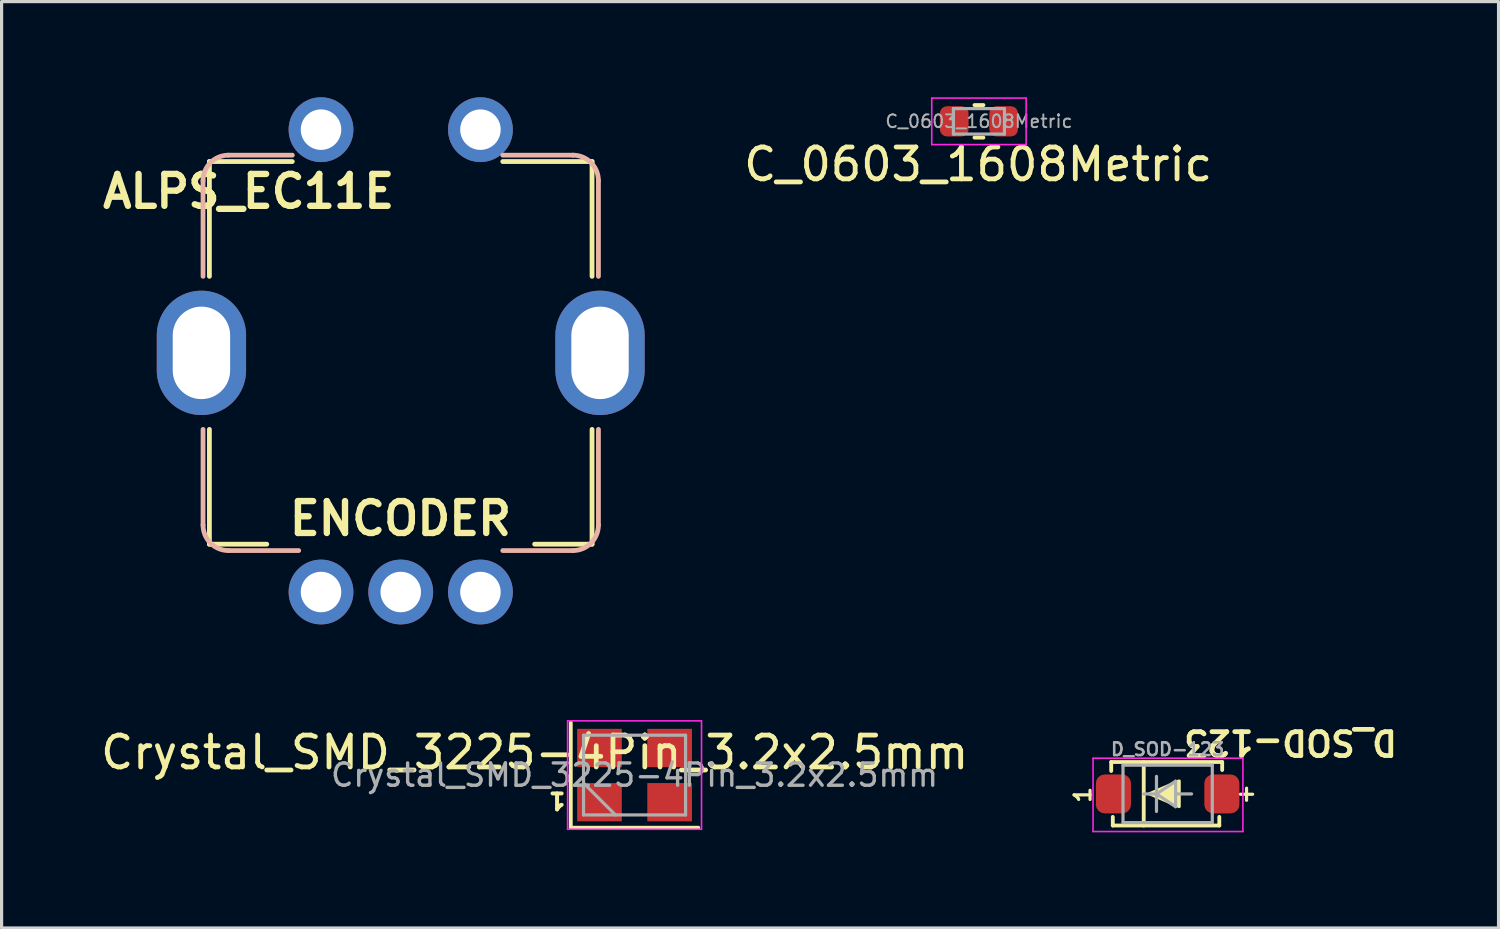
<source format=kicad_pcb>
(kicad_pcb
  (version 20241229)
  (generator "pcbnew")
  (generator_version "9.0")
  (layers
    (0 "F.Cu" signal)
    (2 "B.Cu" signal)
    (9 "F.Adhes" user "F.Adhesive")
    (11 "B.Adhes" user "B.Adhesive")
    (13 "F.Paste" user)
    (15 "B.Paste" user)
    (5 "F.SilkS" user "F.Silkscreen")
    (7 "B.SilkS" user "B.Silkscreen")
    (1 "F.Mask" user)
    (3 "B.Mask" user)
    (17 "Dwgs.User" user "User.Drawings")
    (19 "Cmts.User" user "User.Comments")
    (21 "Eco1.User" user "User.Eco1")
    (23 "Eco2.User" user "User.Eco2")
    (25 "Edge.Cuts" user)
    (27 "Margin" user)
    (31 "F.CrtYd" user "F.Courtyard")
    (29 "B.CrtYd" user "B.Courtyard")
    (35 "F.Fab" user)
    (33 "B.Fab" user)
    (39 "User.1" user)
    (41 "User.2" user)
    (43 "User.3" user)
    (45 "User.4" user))
  (footprint "D_SOD-123"
    (layer "F.Cu")
    (at 33.568 21.848)
    (property "Reference" "D_SOD-123" (at 0.434 -1.614 180) (unlocked yes) (layer "F.SilkS") (effects (font (size 0.75 0.75) (thickness 0.15)) (justify right)))
    (attr smd)
    (fp_line (start -1.77 -1) (end 1.71 -1) (stroke (width 0.12) (type solid)) (layer "F.SilkS"))
    (fp_line (start -1.77 -0.72) (end -1.77 -1) (stroke (width 0.12) (type solid)) (layer "F.SilkS"))
    (fp_line (start -1.72 0.72) (end -1.72 0.99) (stroke (width 0.12) (type solid)) (layer "F.SilkS"))
    (fp_line (start -1.72 0.99) (end 1.62 0.99) (stroke (width 0.12) (type solid)) (layer "F.SilkS"))
    (fp_line (start -0.75 -0.99) (end -0.75 0.99) (stroke (width 0.12) (type solid)) (layer "F.SilkS"))
    (fp_line (start 1.62 0.99) (end 1.62 0.72) (stroke (width 0.12) (type solid)) (layer "F.SilkS"))
    (fp_line (start 1.71 -1) (end 1.71 -0.75) (stroke (width 0.12) (type solid)) (layer "F.SilkS"))
    (fp_poly (pts (xy -0.569 -0.005) (xy 0.361 -0.405) (xy 0.361 0.395)) (stroke (width 0.1) (type solid)) (fill yes) (layer "F.SilkS"))
    (fp_line (start -2.34 -1.12) (end -2.34 1.18) (stroke (width 0.05) (type solid)) (layer "F.CrtYd"))
    (fp_line (start -2.34 -1.12) (end 2.36 -1.12) (stroke (width 0.05) (type solid)) (layer "F.CrtYd"))
    (fp_line (start 2.36 -1.12) (end 2.36 1.18) (stroke (width 0.05) (type solid)) (layer "F.CrtYd"))
    (fp_line (start 2.36 1.18) (end -2.34 1.18) (stroke (width 0.05) (type solid)) (layer "F.CrtYd"))
    (fp_line (start -1.4 -0.9) (end 1.4 -0.9) (stroke (width 0.1) (type solid)) (layer "F.Fab"))
    (fp_line (start -1.4 0.9) (end -1.4 -0.9) (stroke (width 0.1) (type solid)) (layer "F.Fab"))
    (fp_line (start -0.75 0) (end -0.35 0) (stroke (width 0.1) (type solid)) (layer "F.Fab"))
    (fp_line (start -0.35 0) (end -0.35 -0.55) (stroke (width 0.1) (type solid)) (layer "F.Fab"))
    (fp_line (start -0.35 0) (end -0.35 0.55) (stroke (width 0.1) (type solid)) (layer "F.Fab"))
    (fp_line (start -0.35 0) (end 0.25 -0.4) (stroke (width 0.1) (type solid)) (layer "F.Fab"))
    (fp_line (start 0.25 -0.4) (end 0.25 0.4) (stroke (width 0.1) (type solid)) (layer "F.Fab"))
    (fp_line (start 0.25 0) (end 0.75 0) (stroke (width 0.1) (type solid)) (layer "F.Fab"))
    (fp_line (start 0.25 0.4) (end -0.35 0) (stroke (width 0.1) (type solid)) (layer "F.Fab"))
    (fp_line (start 1.4 -0.9) (end 1.4 0.9) (stroke (width 0.1) (type solid)) (layer "F.Fab"))
    (fp_line (start 1.4 0.9) (end -1.4 0.9) (stroke (width 0.1) (type solid)) (layer "F.Fab"))
    (fp_text user "1" (at -2.66 0.03 90) (unlocked yes) (layer "F.SilkS") (effects (font (size 0.5 0.5) (thickness 0.1))))
    (fp_text user "+" (at 2.51 0.01 270) (unlocked yes) (layer "F.SilkS") (effects (font (size 0.5 0.5) (thickness 0.1))))
    (fp_text user "${REFERENCE}" (at 0 -1.4 0) (layer "F.Fab") (effects (font (size 0.4 0.4) (thickness 0.08))))
    (pad "1" smd roundrect (at -1.7 0) (size 1.1 1.22) (layers "F.Cu" "F.Mask" "F.Paste") (roundrect_rratio 0.25))
    (pad "2" smd roundrect (at 1.7 0) (size 1.1 1.22) (layers "F.Cu" "F.Mask" "F.Paste") (roundrect_rratio 0.25)))
  (footprint "C_0603_1608Metric"
    (layer "F.Cu")
    (at 27.65 0.755)
    (property "Reference" "C_0603_1608Metric" (at -0.025 1.35 0) (layer "F.SilkS") (effects (font (size 1 1) (thickness 0.15))))
    (attr smd)
    (fp_line (start -0.141 -0.51) (end 0.141 -0.51) (stroke (width 0.12) (type solid)) (layer "F.SilkS"))
    (fp_line (start -0.141 0.51) (end 0.141 0.51) (stroke (width 0.12) (type solid)) (layer "F.SilkS"))
    (fp_line (start -1.48 -0.73) (end 1.48 -0.73) (stroke (width 0.05) (type solid)) (layer "F.CrtYd"))
    (fp_line (start -1.48 0.73) (end -1.48 -0.73) (stroke (width 0.05) (type solid)) (layer "F.CrtYd"))
    (fp_line (start 1.48 -0.73) (end 1.48 0.73) (stroke (width 0.05) (type solid)) (layer "F.CrtYd"))
    (fp_line (start 1.48 0.73) (end -1.48 0.73) (stroke (width 0.05) (type solid)) (layer "F.CrtYd"))
    (fp_line (start -0.8 -0.4) (end 0.8 -0.4) (stroke (width 0.1) (type solid)) (layer "F.Fab"))
    (fp_line (start -0.8 0.4) (end -0.8 -0.4) (stroke (width 0.1) (type solid)) (layer "F.Fab"))
    (fp_line (start 0.8 -0.4) (end 0.8 0.4) (stroke (width 0.1) (type solid)) (layer "F.Fab"))
    (fp_line (start 0.8 0.4) (end -0.8 0.4) (stroke (width 0.1) (type solid)) (layer "F.Fab"))
    (fp_text user "${REFERENCE}" (at 0 0 0) (layer "F.Fab") (effects (font (size 0.4 0.4) (thickness 0.06))))
    (pad "1" smd roundrect (at -0.775 0) (size 0.9 0.95) (layers "F.Cu" "F.Mask" "F.Paste") (roundrect_rratio 0.25))
    (pad "2" smd roundrect (at 0.775 0) (size 0.9 0.95) (layers "F.Cu" "F.Mask" "F.Paste") (roundrect_rratio 0.25)))
  (footprint "Crystal_SMD_3225-4Pin_3.2x2.5mm"
    (layer "F.Cu")
    (at 16.85 21.257)
    (property "Reference" "Crystal_SMD_3225-4Pin_3.2x2.5mm" (at -3.13 -0.71 0) (layer "F.SilkS") (effects (font (size 1 1) (thickness 0.15))))
    (attr smd)
    (fp_line (start -2 -1.65) (end -2 1.65) (stroke (width 0.12) (type solid)) (layer "F.SilkS"))
    (fp_line (start -2 1.65) (end 2 1.65) (stroke (width 0.12) (type solid)) (layer "F.SilkS"))
    (fp_line (start -2.1 -1.7) (end -2.1 1.7) (stroke (width 0.05) (type solid)) (layer "F.CrtYd"))
    (fp_line (start -2.1 1.7) (end 2.1 1.7) (stroke (width 0.05) (type solid)) (layer "F.CrtYd"))
    (fp_line (start 2.1 -1.7) (end -2.1 -1.7) (stroke (width 0.05) (type solid)) (layer "F.CrtYd"))
    (fp_line (start 2.1 1.7) (end 2.1 -1.7) (stroke (width 0.05) (type solid)) (layer "F.CrtYd"))
    (fp_line (start -1.6 -1.25) (end -1.6 1.25) (stroke (width 0.1) (type solid)) (layer "F.Fab"))
    (fp_line (start -1.6 0.25) (end -0.6 1.25) (stroke (width 0.1) (type solid)) (layer "F.Fab"))
    (fp_line (start -1.6 1.25) (end 1.6 1.25) (stroke (width 0.1) (type solid)) (layer "F.Fab"))
    (fp_line (start 1.6 -1.25) (end -1.6 -1.25) (stroke (width 0.1) (type solid)) (layer "F.Fab"))
    (fp_line (start 1.6 1.25) (end 1.6 -1.25) (stroke (width 0.1) (type solid)) (layer "F.Fab"))
    (fp_text user "1" (at -2.43 0.8 180) (unlocked yes) (layer "F.SilkS") (effects (font (size 0.5 0.5) (thickness 0.125))))
    (fp_text user "${REFERENCE}" (at 0 0 0) (layer "F.Fab") (effects (font (size 0.7 0.7) (thickness 0.105))))
    (pad "1" smd rect (at -1.1 0.85) (size 1.4 1.2) (layers "F.Cu" "F.Mask" "F.Paste"))
    (pad "2" smd rect (at 1.1 0.85) (size 1.4 1.2) (layers "F.Cu" "F.Mask" "F.Paste"))
    (pad "3" smd rect (at 1.1 -0.85) (size 1.4 1.2) (layers "F.Cu" "F.Mask" "F.Paste"))
    (pad "4" smd rect (at -1.1 -0.85) (size 1.4 1.2) (layers "F.Cu" "F.Mask" "F.Paste")))
  (footprint "ALPS_EC11E"
    (layer "F.Cu")
    (at 9.517 8.016)
    (property "Reference" "ALPS_EC11E" (at -4.769 -5.064 0) (layer "F.SilkS") (effects (font (size 1 1) (thickness 0.2))))
    (fp_line (start -6 -6) (end -3.4 -6) (stroke (width 0.15) (type solid)) (layer "F.SilkS"))
    (fp_line (start -6 -2.4) (end -6 -6) (stroke (width 0.15) (type solid)) (layer "F.SilkS"))
    (fp_line (start -6 6) (end -6 2.4) (stroke (width 0.15) (type solid)) (layer "F.SilkS"))
    (fp_line (start -4.2 6) (end -6 6) (stroke (width 0.15) (type solid)) (layer "F.SilkS"))
    (fp_line (start 3.2 -6) (end 6 -6) (stroke (width 0.15) (type solid)) (layer "F.SilkS"))
    (fp_line (start 6 -6) (end 6 -2.4) (stroke (width 0.15) (type solid)) (layer "F.SilkS"))
    (fp_line (start 6 6) (end 4.2 6) (stroke (width 0.15) (type solid)) (layer "F.SilkS"))
    (fp_line (start 6 6) (end 6 2.4) (stroke (width 0.15) (type solid)) (layer "F.SilkS"))
    (fp_line (start -6.2 -2.4) (end -6.2 -5.4) (stroke (width 0.15) (type solid)) (layer "B.SilkS"))
    (fp_line (start -6.2 5.4) (end -6.2 2.4) (stroke (width 0.15) (type solid)) (layer "B.SilkS"))
    (fp_line (start -5.4 -6.2) (end -3.4 -6.2) (stroke (width 0.15) (type solid)) (layer "B.SilkS"))
    (fp_line (start -5.4 6.2) (end -3.2 6.2) (stroke (width 0.15) (type solid)) (layer "B.SilkS"))
    (fp_line (start 5.4 -6.2) (end 3.2 -6.2) (stroke (width 0.15) (type solid)) (layer "B.SilkS"))
    (fp_line (start 5.4 6.2) (end 3.2 6.2) (stroke (width 0.15) (type solid)) (layer "B.SilkS"))
    (fp_line (start 6.2 -2.4) (end 6.2 -5.4) (stroke (width 0.15) (type solid)) (layer "B.SilkS"))
    (fp_line (start 6.2 5.4) (end 6.2 2.4) (stroke (width 0.15) (type solid)) (layer "B.SilkS"))
    (fp_arc (start -6.2 -5.4) (mid -5.965685 -5.965685) (end -5.4 -6.2) (stroke (width 0.15) (type solid)) (layer "B.SilkS"))
    (fp_arc (start -5.4 6.2) (mid -5.965685 5.965685) (end -6.2 5.4) (stroke (width 0.15) (type solid)) (layer "B.SilkS"))
    (fp_arc (start 5.4 -6.2) (mid 5.965685 -5.965685) (end 6.2 -5.4) (stroke (width 0.15) (type solid)) (layer "B.SilkS"))
    (fp_arc (start 6.2 5.4) (mid 5.965685 5.965685) (end 5.4 6.2) (stroke (width 0.15) (type solid)) (layer "B.SilkS"))
    (fp_text user "ENCODER" (at -0.009 5.196 0) (layer "F.SilkS") (effects (font (size 1 1) (thickness 0.2))))
    (pad "" connect oval (at -6.25 0) (size 1.651 2.769) (layers "B.Mask"))
    (pad "" smd circle (at -2.5 -7) (size 1.016 1.016) (layers "B.Mask"))
    (pad "" smd circle (at -2.5 7.5) (size 1.016 1.016) (layers "B.Mask"))
    (pad "" smd circle (at 0 7.5) (size 1.016 1.016) (layers "B.Mask"))
    (pad "" smd circle (at 2.5 -7) (size 1.016 1.016) (layers "B.Mask"))
    (pad "" smd circle (at 2.5 7.5) (size 1.016 1.016) (layers "B.Mask"))
    (pad "" connect oval (at 6.25 0) (size 1.651 2.769) (layers "B.Mask"))
    (pad "A" thru_hole circle (at -2.5 7.5) (size 2.032 2.032) (drill 1.27) (layers "*.Cu" "F.Mask"))
    (pad "B" thru_hole circle (at 2.5 7.5) (size 2.032 2.032) (drill 1.27) (layers "*.Cu" "F.Mask"))
    (pad "C" thru_hole circle (at 0 7.5) (size 2.032 2.032) (drill 1.27) (layers "*.Cu" "F.Mask"))
    (pad "S" thru_hole oval (at -6.25 0) (size 2.8 3.9) (drill oval 1.8 2.9) (layers "*.Cu" "F.Mask"))
    (pad "S" thru_hole oval (at 6.25 0) (size 2.8 3.9) (drill oval 1.8 2.9) (layers "*.Cu" "F.Mask"))
    (pad "S1" thru_hole circle (at -2.5 -7) (size 2.032 2.032) (drill 1.27) (layers "*.Cu" "F.Mask"))
    (pad "S2" thru_hole circle (at 2.5 -7) (size 2.032 2.032) (drill 1.27) (layers "*.Cu" "F.Mask")))
  (gr_rect
    (start -3 -3)
    (end 43.945 26.053)
    (stroke (width 0.1) (type default))
    (fill no)
    (layer "Edge.Cuts")))
</source>
